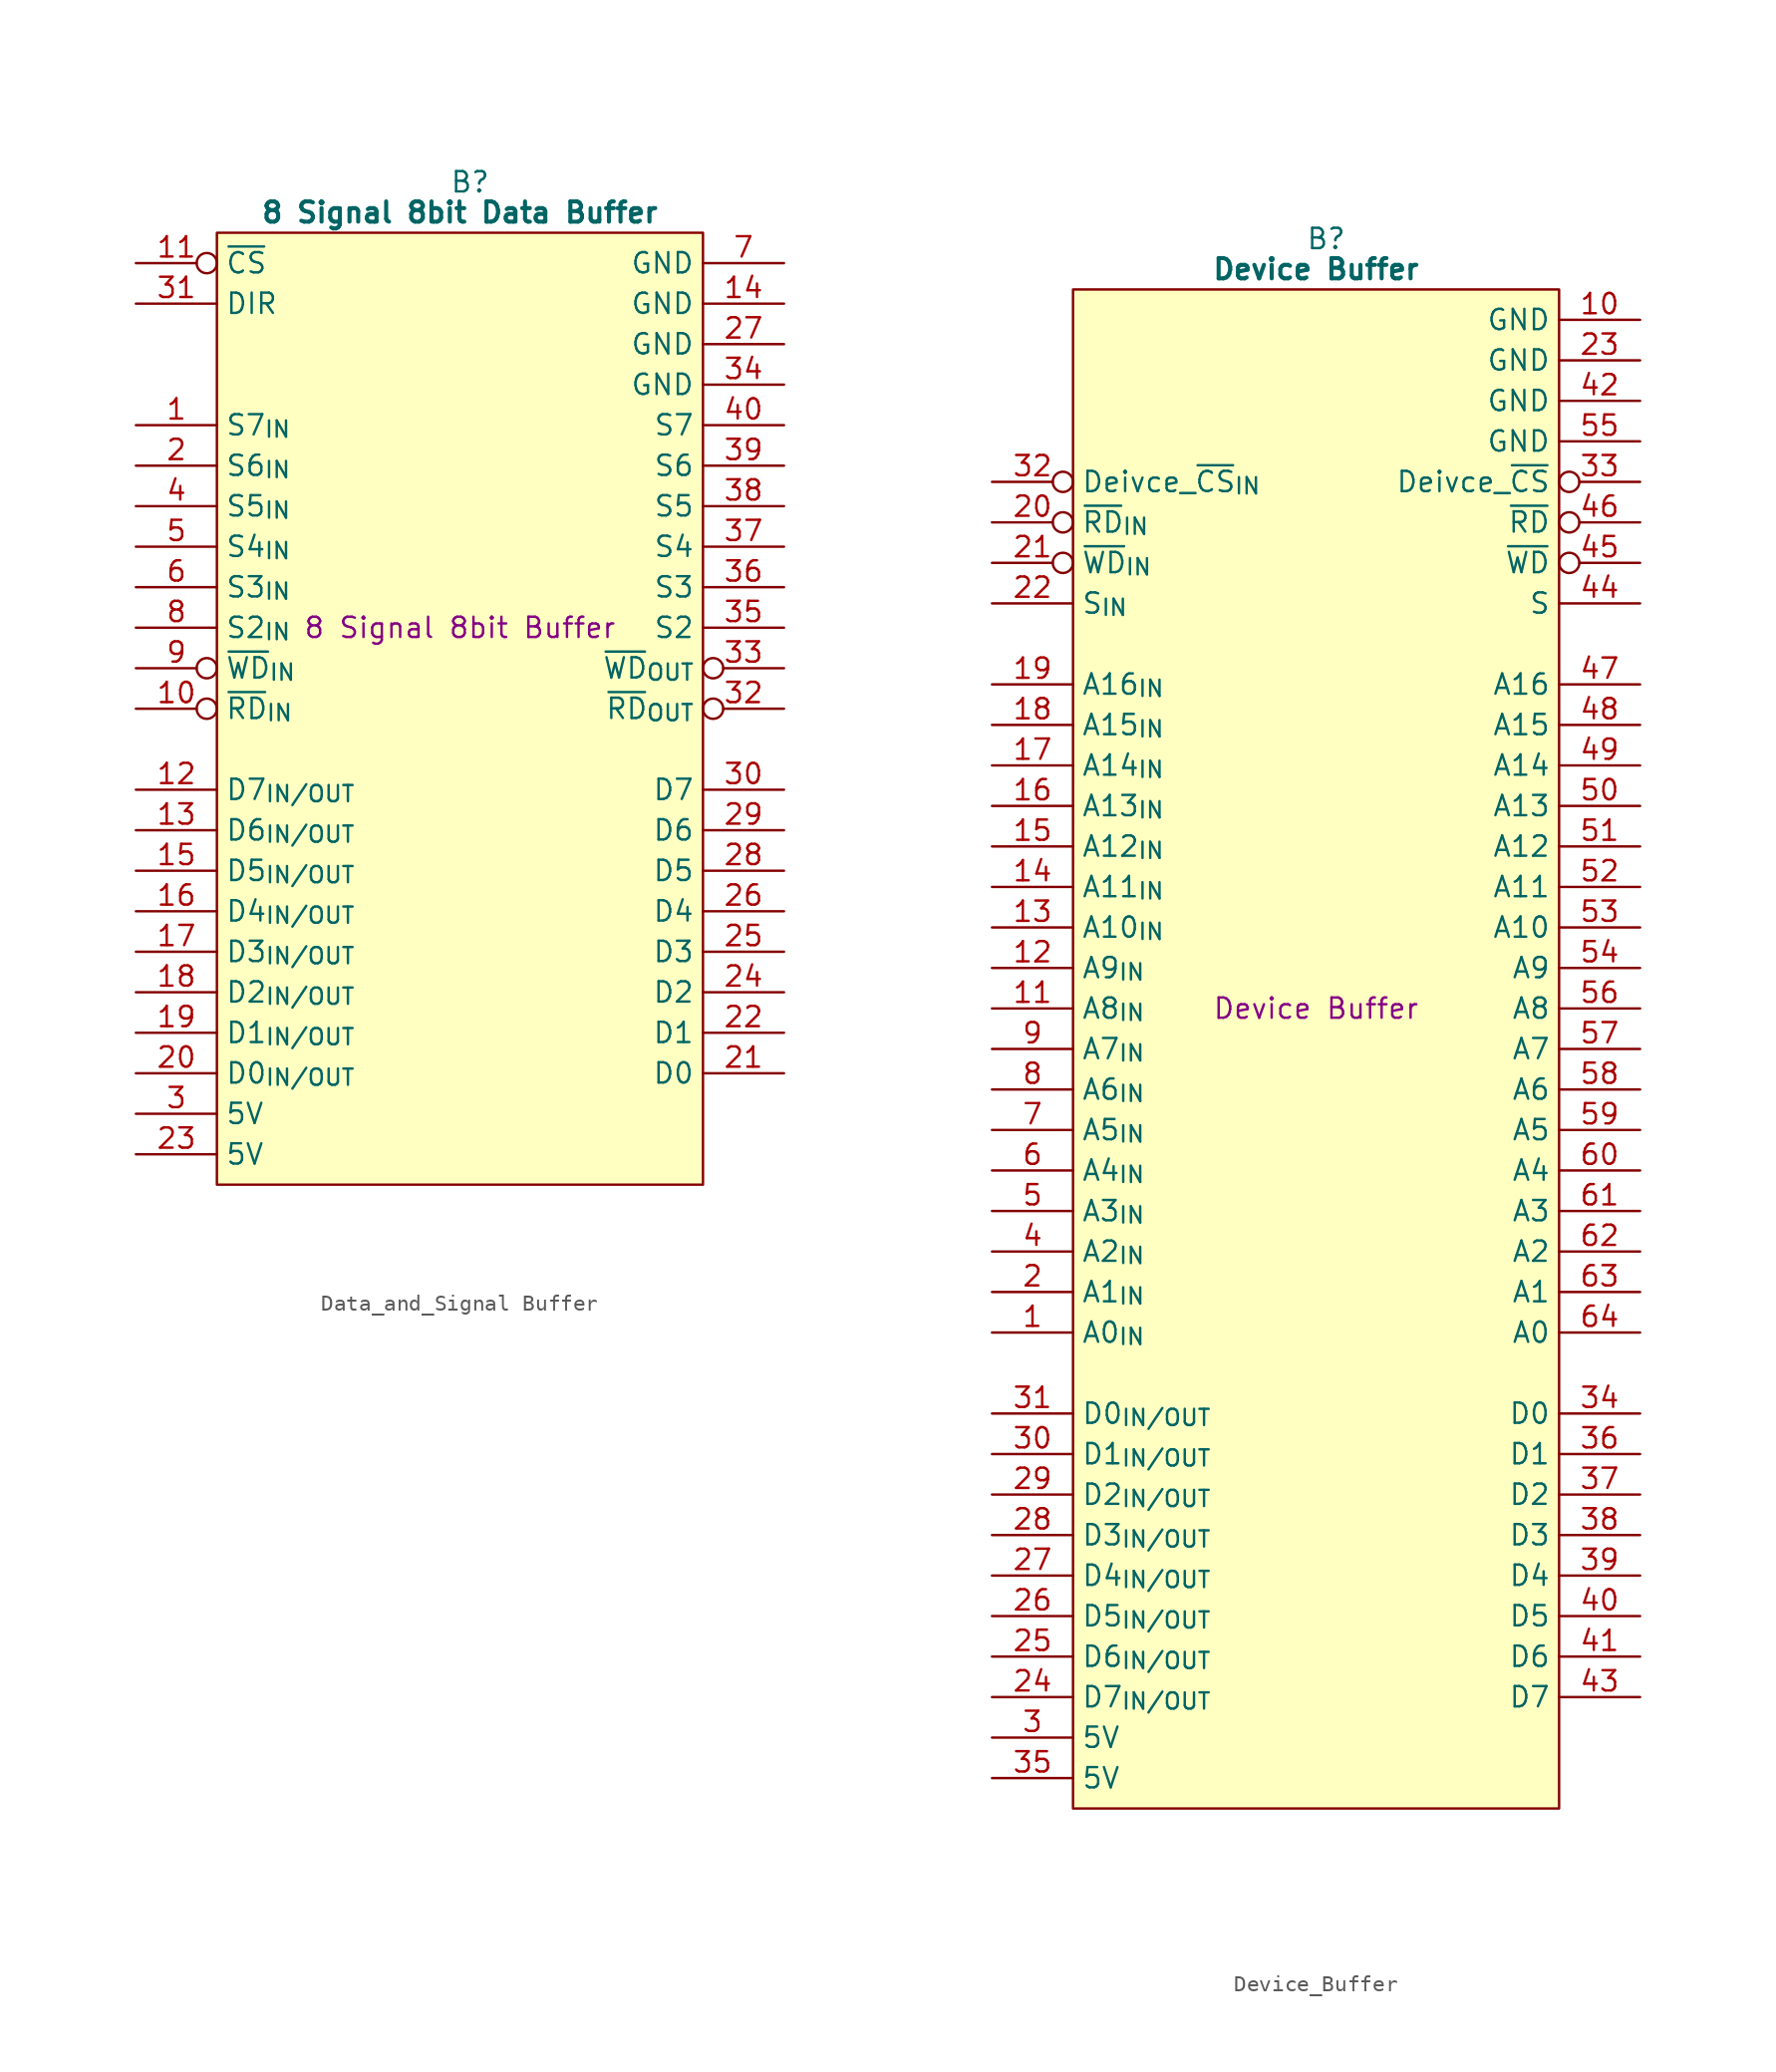
<source format=kicad_sym>
(kicad_symbol_lib
  (version 20241209)
  (generator "kicad_symbol_editor")
  (generator_version "9.0")
  (symbol "Data_and_Signal Buffer"
    (property "Reference" "B"
      (at 15.875 5.08 0)
      (effects (font (size 1.27 1.27))))
    (property "Value" "8 Signal 8bit Data Buffer"
      (at 15.24 3.175 0)
      (effects (font (size 1.27 1.27) (bold yes))))
    (property "Description" "8 Signal 8bit Buffer"
      (at 15.24 -22.86 0)
      (effects (font (size 1.27 1.27))))
    (symbol "Data_and_Signal Buffer_0_1"
      (polyline (pts (xy 0 1.905) (xy 30.48 1.905) (xy 30.48 -57.785) (xy 0 -57.785) (xy 0 1.905)) (stroke (width 0.152) (type default)) (fill (type background))))
    (symbol "Data_and_Signal Buffer_1_0"
      (pin passive line (at 35.56 -7.62 180) (length 5.08) (name "GND" (effects (font (size 1.27 1.27)))) (number "34" (effects (font (size 1.27 1.27)))))
      (pin tri_state line (at 35.56 -12.7 180) (length 5.08) (name "S6" (effects (font (size 1.27 1.27)))) (number "39" (effects (font (size 1.27 1.27)))))
      (pin tri_state line (at 35.56 -15.24 180) (length 5.08) (name "S5" (effects (font (size 1.27 1.27)))) (number "38" (effects (font (size 1.27 1.27)))))
      (pin tri_state line (at 35.56 -17.78 180) (length 5.08) (name "S4" (effects (font (size 1.27 1.27)))) (number "37" (effects (font (size 1.27 1.27)))))
      (pin tri_state line (at 35.56 -20.32 180) (length 5.08) (name "S3" (effects (font (size 1.27 1.27)))) (number "36" (effects (font (size 1.27 1.27)))))
      (pin tri_state line (at 35.56 -22.86 180) (length 5.08) (name "S2" (effects (font (size 1.27 1.27)))) (number "35" (effects (font (size 1.27 1.27)))))
      (pin tri_state inverted (at 35.56 -25.4 180) (length 5.08) (name "~{WD}_{OUT}" (effects (font (size 1.27 1.27)))) (number "33" (effects (font (size 1.27 1.27)))))
      (pin tri_state inverted (at 35.56 -27.94 180) (length 5.08) (name "~{RD}_{OUT}" (effects (font (size 1.27 1.27)))) (number "32" (effects (font (size 1.27 1.27))))))
    (symbol "Data_and_Signal Buffer_1_1"
      (pin input inverted (at -5.08 0 0) (length 5.08) (name "~{CS}" (effects (font (size 1.27 1.27)))) (number "11" (effects (font (size 1.27 1.27)))))
      (pin input line (at -5.08 -2.54 0) (length 5.08) (name "DIR" (effects (font (size 1.27 1.27)))) (number "31" (effects (font (size 1.27 1.27)))))
      (pin input line (at -5.08 -10.16 0) (length 5.08) (name "S7_{IN}" (effects (font (size 1.27 1.27)))) (number "1" (effects (font (size 1.27 1.27)))))
      (pin input line (at -5.08 -12.7 0) (length 5.08) (name "S6_{IN}" (effects (font (size 1.27 1.27)))) (number "2" (effects (font (size 1.27 1.27)))))
      (pin input line (at -5.08 -15.24 0) (length 5.08) (name "S5_{IN}" (effects (font (size 1.27 1.27)))) (number "4" (effects (font (size 1.27 1.27)))))
      (pin input line (at -5.08 -17.78 0) (length 5.08) (name "S4_{IN}" (effects (font (size 1.27 1.27)))) (number "5" (effects (font (size 1.27 1.27)))))
      (pin input line (at -5.08 -20.32 0) (length 5.08) (name "S3_{IN}" (effects (font (size 1.27 1.27)))) (number "6" (effects (font (size 1.27 1.27)))))
      (pin input line (at -5.08 -22.86 0) (length 5.08) (name "S2_{IN}" (effects (font (size 1.27 1.27)))) (number "8" (effects (font (size 1.27 1.27)))))
      (pin input inverted (at -5.08 -25.4 0) (length 5.08) (name "~{WD}_{IN}" (effects (font (size 1.27 1.27)))) (number "9" (effects (font (size 1.27 1.27)))))
      (pin input inverted (at -5.08 -27.94 0) (length 5.08) (name "~{RD}_{IN}" (effects (font (size 1.27 1.27)))) (number "10" (effects (font (size 1.27 1.27)))))
      (pin tri_state line (at -5.08 -33.02 0) (length 5.08) (name "D7_{IN/OUT}" (effects (font (size 1.27 1.27)))) (number "12" (effects (font (size 1.27 1.27)))))
      (pin tri_state line (at -5.08 -35.56 0) (length 5.08) (name "D6_{IN/OUT}" (effects (font (size 1.27 1.27)))) (number "13" (effects (font (size 1.27 1.27)))))
      (pin tri_state line (at -5.08 -38.1 0) (length 5.08) (name "D5_{IN/OUT}" (effects (font (size 1.27 1.27)))) (number "15" (effects (font (size 1.27 1.27)))))
      (pin tri_state line (at -5.08 -40.64 0) (length 5.08) (name "D4_{IN/OUT}" (effects (font (size 1.27 1.27)))) (number "16" (effects (font (size 1.27 1.27)))))
      (pin tri_state line (at -5.08 -43.18 0) (length 5.08) (name "D3_{IN/OUT}" (effects (font (size 1.27 1.27)))) (number "17" (effects (font (size 1.27 1.27)))))
      (pin tri_state line (at -5.08 -45.72 0) (length 5.08) (name "D2_{IN/OUT}" (effects (font (size 1.27 1.27)))) (number "18" (effects (font (size 1.27 1.27)))))
      (pin tri_state line (at -5.08 -48.26 0) (length 5.08) (name "D1_{IN/OUT}" (effects (font (size 1.27 1.27)))) (number "19" (effects (font (size 1.27 1.27)))))
      (pin tri_state line (at -5.08 -50.8 0) (length 5.08) (name "D0_{IN/OUT}" (effects (font (size 1.27 1.27)))) (number "20" (effects (font (size 1.27 1.27)))))
      (pin passive line (at -5.08 -53.34 0) (length 5.08) (name "5V" (effects (font (size 1.27 1.27)))) (number "3" (effects (font (size 1.27 1.27)))))
      (pin passive line (at -5.08 -55.88 0) (length 5.08) (name "5V" (effects (font (size 1.27 1.27)))) (number "23" (effects (font (size 1.27 1.27)))))
      (pin passive line (at 35.56 0 180) (length 5.08) (name "GND" (effects (font (size 1.27 1.27)))) (number "7" (effects (font (size 1.27 1.27)))))
      (pin passive line (at 35.56 -2.54 180) (length 5.08) (name "GND" (effects (font (size 1.27 1.27)))) (number "14" (effects (font (size 1.27 1.27)))))
      (pin passive line (at 35.56 -5.08 180) (length 5.08) (name "GND" (effects (font (size 1.27 1.27)))) (number "27" (effects (font (size 1.27 1.27)))))
      (pin tri_state line (at 35.56 -10.16 180) (length 5.08) (name "S7" (effects (font (size 1.27 1.27)))) (number "40" (effects (font (size 1.27 1.27)))))
      (pin tri_state line (at 35.56 -33.02 180) (length 5.08) (name "D7" (effects (font (size 1.27 1.27)))) (number "30" (effects (font (size 1.27 1.27)))))
      (pin tri_state line (at 35.56 -35.56 180) (length 5.08) (name "D6" (effects (font (size 1.27 1.27)))) (number "29" (effects (font (size 1.27 1.27)))))
      (pin tri_state line (at 35.56 -38.1 180) (length 5.08) (name "D5" (effects (font (size 1.27 1.27)))) (number "28" (effects (font (size 1.27 1.27)))))
      (pin tri_state line (at 35.56 -40.64 180) (length 5.08) (name "D4" (effects (font (size 1.27 1.27)))) (number "26" (effects (font (size 1.27 1.27)))))
      (pin tri_state line (at 35.56 -43.18 180) (length 5.08) (name "D3" (effects (font (size 1.27 1.27)))) (number "25" (effects (font (size 1.27 1.27)))))
      (pin tri_state line (at 35.56 -45.72 180) (length 5.08) (name "D2" (effects (font (size 1.27 1.27)))) (number "24" (effects (font (size 1.27 1.27)))))
      (pin tri_state line (at 35.56 -48.26 180) (length 5.08) (name "D1" (effects (font (size 1.27 1.27)))) (number "22" (effects (font (size 1.27 1.27)))))
      (pin tri_state line (at 35.56 -50.8 180) (length 5.08) (name "D0" (effects (font (size 1.27 1.27)))) (number "21" (effects (font (size 1.27 1.27)))))))
  (symbol "Device_Buffer"
    (property "Reference" "B"
      (at 15.875 5.08 0)
      (effects (font (size 1.27 1.27))))
    (property "Value" "Device Buffer"
      (at 15.24 3.175 0)
      (effects (font (size 1.27 1.27) (bold yes))))
    (property "Description" "Device Buffer"
      (at 15.24 -43.18 0)
      (effects (font (size 1.27 1.27))))
    (symbol "Device_Buffer_0_1"
      (polyline (pts (xy 0 1.905) (xy 30.48 1.905) (xy 30.48 -93.345) (xy 0 -93.345) (xy 0 1.905)) (stroke (width 0.152) (type default)) (fill (type background))))
    (symbol "Device_Buffer_1_0"
      (pin passive line (at 35.56 -5.08 180) (length 5.08) (name "GND" (effects (font (size 1.27 1.27)))) (number "42" (effects (font (size 1.27 1.27)))))
      (pin output line (at 35.56 -38.1 180) (length 5.08) (name "A10" (effects (font (size 1.27 1.27)))) (number "53" (effects (font (size 1.27 1.27)))))
      (pin output line (at 35.56 -40.64 180) (length 5.08) (name "A9" (effects (font (size 1.27 1.27)))) (number "54" (effects (font (size 1.27 1.27))))))
    (symbol "Device_Buffer_1_1"
      (pin input inverted (at -5.08 -10.16 0) (length 5.08) (name "Deivce_~{CS}_{IN}" (effects (font (size 1.27 1.27)))) (number "32" (effects (font (size 1.27 1.27)))))
      (pin input inverted (at -5.08 -12.7 0) (length 5.08) (name "~{RD}_{IN}" (effects (font (size 1.27 1.27)))) (number "20" (effects (font (size 1.27 1.27)))))
      (pin input inverted (at -5.08 -15.24 0) (length 5.08) (name "~{WD}_{IN}" (effects (font (size 1.27 1.27)))) (number "21" (effects (font (size 1.27 1.27)))))
      (pin input line (at -5.08 -17.78 0) (length 5.08) (name "S_{IN}" (effects (font (size 1.27 1.27)))) (number "22" (effects (font (size 1.27 1.27)))))
      (pin input line (at -5.08 -22.86 0) (length 5.08) (name "A16_{IN}" (effects (font (size 1.27 1.27)))) (number "19" (effects (font (size 1.27 1.27)))))
      (pin input line (at -5.08 -25.4 0) (length 5.08) (name "A15_{IN}" (effects (font (size 1.27 1.27)))) (number "18" (effects (font (size 1.27 1.27)))))
      (pin input line (at -5.08 -27.94 0) (length 5.08) (name "A14_{IN}" (effects (font (size 1.27 1.27)))) (number "17" (effects (font (size 1.27 1.27)))))
      (pin input line (at -5.08 -30.48 0) (length 5.08) (name "A13_{IN}" (effects (font (size 1.27 1.27)))) (number "16" (effects (font (size 1.27 1.27)))))
      (pin input line (at -5.08 -33.02 0) (length 5.08) (name "A12_{IN}" (effects (font (size 1.27 1.27)))) (number "15" (effects (font (size 1.27 1.27)))))
      (pin input line (at -5.08 -35.56 0) (length 5.08) (name "A11_{IN}" (effects (font (size 1.27 1.27)))) (number "14" (effects (font (size 1.27 1.27)))))
      (pin input line (at -5.08 -38.1 0) (length 5.08) (name "A10_{IN}" (effects (font (size 1.27 1.27)))) (number "13" (effects (font (size 1.27 1.27)))))
      (pin input line (at -5.08 -40.64 0) (length 5.08) (name "A9_{IN}" (effects (font (size 1.27 1.27)))) (number "12" (effects (font (size 1.27 1.27)))))
      (pin input line (at -5.08 -43.18 0) (length 5.08) (name "A8_{IN}" (effects (font (size 1.27 1.27)))) (number "11" (effects (font (size 1.27 1.27)))))
      (pin input line (at -5.08 -45.72 0) (length 5.08) (name "A7_{IN}" (effects (font (size 1.27 1.27)))) (number "9" (effects (font (size 1.27 1.27)))))
      (pin input line (at -5.08 -48.26 0) (length 5.08) (name "A6_{IN}" (effects (font (size 1.27 1.27)))) (number "8" (effects (font (size 1.27 1.27)))))
      (pin input line (at -5.08 -50.8 0) (length 5.08) (name "A5_{IN}" (effects (font (size 1.27 1.27)))) (number "7" (effects (font (size 1.27 1.27)))))
      (pin input line (at -5.08 -53.34 0) (length 5.08) (name "A4_{IN}" (effects (font (size 1.27 1.27)))) (number "6" (effects (font (size 1.27 1.27)))))
      (pin input line (at -5.08 -55.88 0) (length 5.08) (name "A3_{IN}" (effects (font (size 1.27 1.27)))) (number "5" (effects (font (size 1.27 1.27)))))
      (pin input line (at -5.08 -58.42 0) (length 5.08) (name "A2_{IN}" (effects (font (size 1.27 1.27)))) (number "4" (effects (font (size 1.27 1.27)))))
      (pin input line (at -5.08 -60.96 0) (length 5.08) (name "A1_{IN}" (effects (font (size 1.27 1.27)))) (number "2" (effects (font (size 1.27 1.27)))))
      (pin input line (at -5.08 -63.5 0) (length 5.08) (name "A0_{IN}" (effects (font (size 1.27 1.27)))) (number "1" (effects (font (size 1.27 1.27)))))
      (pin tri_state line (at -5.08 -68.58 0) (length 5.08) (name "D0_{IN/OUT}" (effects (font (size 1.27 1.27)))) (number "31" (effects (font (size 1.27 1.27)))))
      (pin tri_state line (at -5.08 -71.12 0) (length 5.08) (name "D1_{IN/OUT}" (effects (font (size 1.27 1.27)))) (number "30" (effects (font (size 1.27 1.27)))))
      (pin tri_state line (at -5.08 -73.66 0) (length 5.08) (name "D2_{IN/OUT}" (effects (font (size 1.27 1.27)))) (number "29" (effects (font (size 1.27 1.27)))))
      (pin tri_state line (at -5.08 -76.2 0) (length 5.08) (name "D3_{IN/OUT}" (effects (font (size 1.27 1.27)))) (number "28" (effects (font (size 1.27 1.27)))))
      (pin tri_state line (at -5.08 -78.74 0) (length 5.08) (name "D4_{IN/OUT}" (effects (font (size 1.27 1.27)))) (number "27" (effects (font (size 1.27 1.27)))))
      (pin tri_state line (at -5.08 -81.28 0) (length 5.08) (name "D5_{IN/OUT}" (effects (font (size 1.27 1.27)))) (number "26" (effects (font (size 1.27 1.27)))))
      (pin tri_state line (at -5.08 -83.82 0) (length 5.08) (name "D6_{IN/OUT}" (effects (font (size 1.27 1.27)))) (number "25" (effects (font (size 1.27 1.27)))))
      (pin tri_state line (at -5.08 -86.36 0) (length 5.08) (name "D7_{IN/OUT}" (effects (font (size 1.27 1.27)))) (number "24" (effects (font (size 1.27 1.27)))))
      (pin passive line (at -5.08 -88.9 0) (length 5.08) (name "5V" (effects (font (size 1.27 1.27)))) (number "3" (effects (font (size 1.27 1.27)))))
      (pin passive line (at -5.08 -91.44 0) (length 5.08) (name "5V" (effects (font (size 1.27 1.27)))) (number "35" (effects (font (size 1.27 1.27)))))
      (pin passive line (at 35.56 0 180) (length 5.08) (name "GND" (effects (font (size 1.27 1.27)))) (number "10" (effects (font (size 1.27 1.27)))))
      (pin passive line (at 35.56 -2.54 180) (length 5.08) (name "GND" (effects (font (size 1.27 1.27)))) (number "23" (effects (font (size 1.27 1.27)))))
      (pin passive line (at 35.56 -7.62 180) (length 5.08) (name "GND" (effects (font (size 1.27 1.27)))) (number "55" (effects (font (size 1.27 1.27)))))
      (pin output inverted (at 35.56 -10.16 180) (length 5.08) (name "Deivce_~{CS}" (effects (font (size 1.27 1.27)))) (number "33" (effects (font (size 1.27 1.27)))))
      (pin output inverted (at 35.56 -12.7 180) (length 5.08) (name "~{RD}" (effects (font (size 1.27 1.27)))) (number "46" (effects (font (size 1.27 1.27)))))
      (pin output inverted (at 35.56 -15.24 180) (length 5.08) (name "~{WD}" (effects (font (size 1.27 1.27)))) (number "45" (effects (font (size 1.27 1.27)))))
      (pin output line (at 35.56 -17.78 180) (length 5.08) (name "S" (effects (font (size 1.27 1.27)))) (number "44" (effects (font (size 1.27 1.27)))))
      (pin output line (at 35.56 -22.86 180) (length 5.08) (name "A16" (effects (font (size 1.27 1.27)))) (number "47" (effects (font (size 1.27 1.27)))))
      (pin output line (at 35.56 -25.4 180) (length 5.08) (name "A15" (effects (font (size 1.27 1.27)))) (number "48" (effects (font (size 1.27 1.27)))))
      (pin output line (at 35.56 -27.94 180) (length 5.08) (name "A14" (effects (font (size 1.27 1.27)))) (number "49" (effects (font (size 1.27 1.27)))))
      (pin output line (at 35.56 -30.48 180) (length 5.08) (name "A13" (effects (font (size 1.27 1.27)))) (number "50" (effects (font (size 1.27 1.27)))))
      (pin output line (at 35.56 -33.02 180) (length 5.08) (name "A12" (effects (font (size 1.27 1.27)))) (number "51" (effects (font (size 1.27 1.27)))))
      (pin output line (at 35.56 -35.56 180) (length 5.08) (name "A11" (effects (font (size 1.27 1.27)))) (number "52" (effects (font (size 1.27 1.27)))))
      (pin output line (at 35.56 -43.18 180) (length 5.08) (name "A8" (effects (font (size 1.27 1.27)))) (number "56" (effects (font (size 1.27 1.27)))))
      (pin output line (at 35.56 -45.72 180) (length 5.08) (name "A7" (effects (font (size 1.27 1.27)))) (number "57" (effects (font (size 1.27 1.27)))))
      (pin output line (at 35.56 -48.26 180) (length 5.08) (name "A6" (effects (font (size 1.27 1.27)))) (number "58" (effects (font (size 1.27 1.27)))))
      (pin output line (at 35.56 -50.8 180) (length 5.08) (name "A5" (effects (font (size 1.27 1.27)))) (number "59" (effects (font (size 1.27 1.27)))))
      (pin output line (at 35.56 -53.34 180) (length 5.08) (name "A4" (effects (font (size 1.27 1.27)))) (number "60" (effects (font (size 1.27 1.27)))))
      (pin output line (at 35.56 -55.88 180) (length 5.08) (name "A3" (effects (font (size 1.27 1.27)))) (number "61" (effects (font (size 1.27 1.27)))))
      (pin output line (at 35.56 -58.42 180) (length 5.08) (name "A2" (effects (font (size 1.27 1.27)))) (number "62" (effects (font (size 1.27 1.27)))))
      (pin output line (at 35.56 -60.96 180) (length 5.08) (name "A1" (effects (font (size 1.27 1.27)))) (number "63" (effects (font (size 1.27 1.27)))))
      (pin output line (at 35.56 -63.5 180) (length 5.08) (name "A0" (effects (font (size 1.27 1.27)))) (number "64" (effects (font (size 1.27 1.27)))))
      (pin tri_state line (at 35.56 -68.58 180) (length 5.08) (name "D0" (effects (font (size 1.27 1.27)))) (number "34" (effects (font (size 1.27 1.27)))))
      (pin tri_state line (at 35.56 -71.12 180) (length 5.08) (name "D1" (effects (font (size 1.27 1.27)))) (number "36" (effects (font (size 1.27 1.27)))))
      (pin tri_state line (at 35.56 -73.66 180) (length 5.08) (name "D2" (effects (font (size 1.27 1.27)))) (number "37" (effects (font (size 1.27 1.27)))))
      (pin tri_state line (at 35.56 -76.2 180) (length 5.08) (name "D3" (effects (font (size 1.27 1.27)))) (number "38" (effects (font (size 1.27 1.27)))))
      (pin tri_state line (at 35.56 -78.74 180) (length 5.08) (name "D4" (effects (font (size 1.27 1.27)))) (number "39" (effects (font (size 1.27 1.27)))))
      (pin tri_state line (at 35.56 -81.28 180) (length 5.08) (name "D5" (effects (font (size 1.27 1.27)))) (number "40" (effects (font (size 1.27 1.27)))))
      (pin tri_state line (at 35.56 -83.82 180) (length 5.08) (name "D6" (effects (font (size 1.27 1.27)))) (number "41" (effects (font (size 1.27 1.27)))))
      (pin tri_state line (at 35.56 -86.36 180) (length 5.08) (name "D7" (effects (font (size 1.27 1.27)))) (number "43" (effects (font (size 1.27 1.27))))))))
</source>
